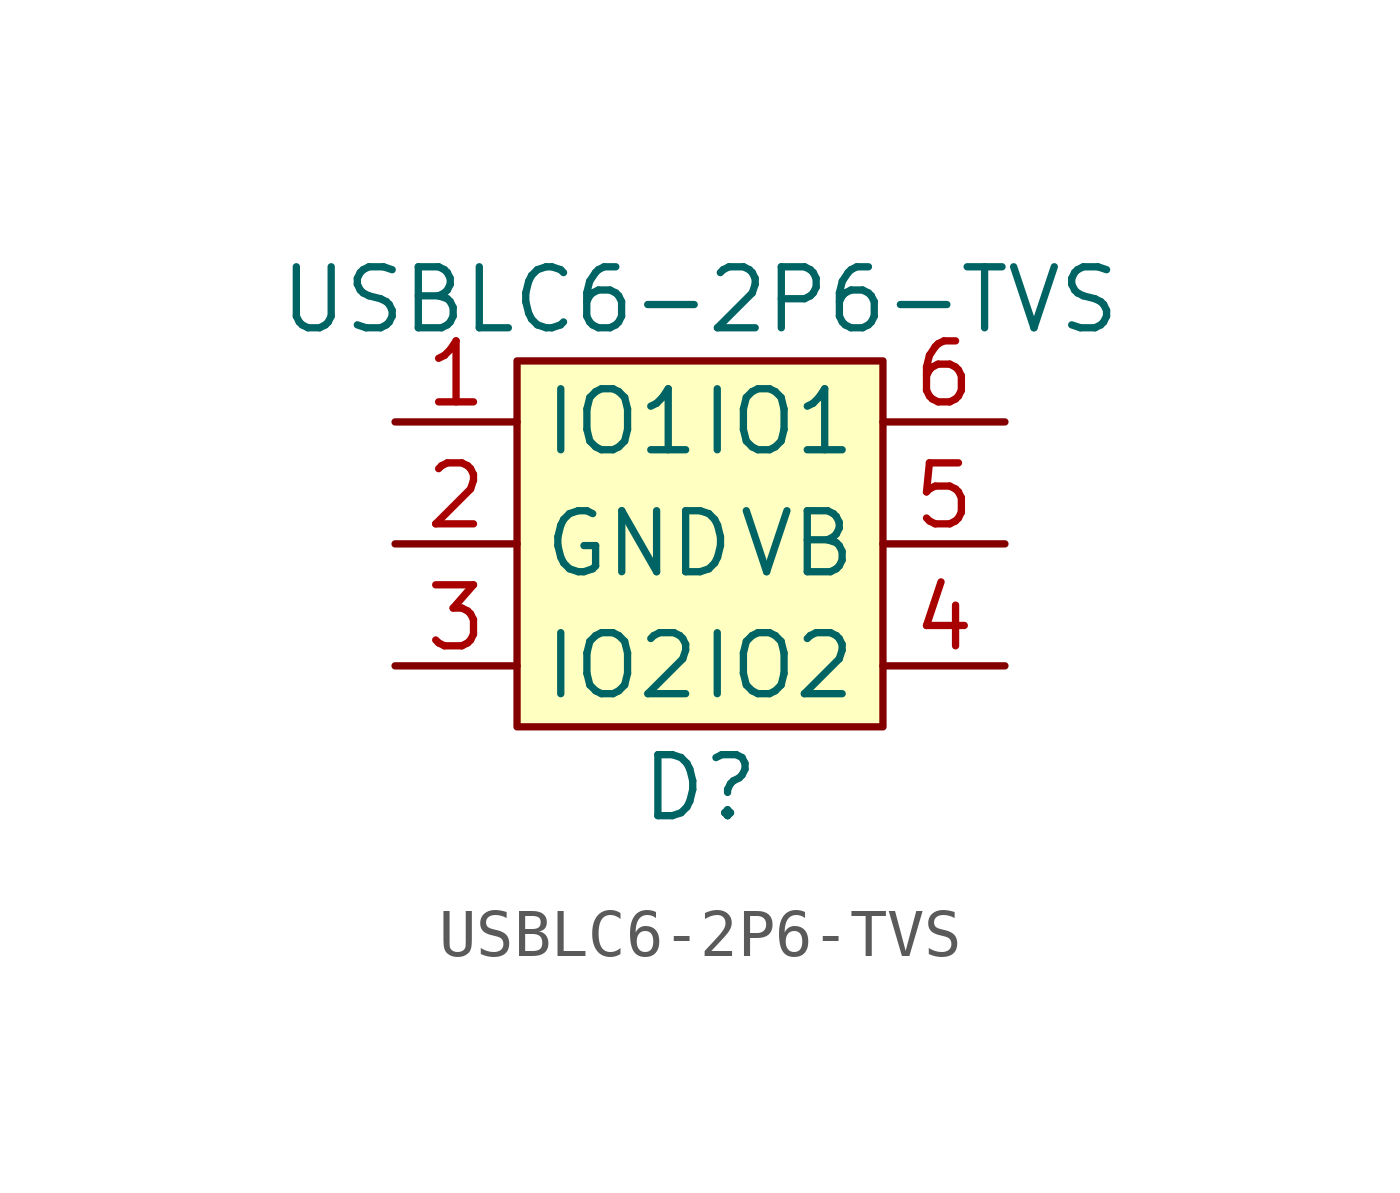
<source format=kicad_sym>
(kicad_symbol_lib
  (version 20211014)
  (generator kicad_symbol_editor)
  (symbol "USBLC6-2P6-TVS"
    (property "Reference" "D"
      (at 0 -5.08 0)
      (effects (font (size 1.27 1.27))))
    (property "Value" "USBLC6-2P6-TVS"
      (at 0 5.08 0)
      (effects (font (size 1.27 1.27))))
    (symbol "USBLC6-2P6-TVS_0_1"
      (rectangle (start -3.81 3.81) (end 3.81 -3.81) (stroke (width 0) (type default) (color 0 0 0 0)) (fill (type background))))
    (symbol "USBLC6-2P6-TVS_1_1"
      (pin bidirectional line (at -6.35 2.54 0) (length 2.54) (name "IO1" (effects (font (size 1.27 1.27)))) (number "1" (effects (font (size 1.27 1.27)))))
      (pin bidirectional line (at -6.35 0 0) (length 2.54) (name "GND" (effects (font (size 1.27 1.27)))) (number "2" (effects (font (size 1.27 1.27)))))
      (pin bidirectional line (at -6.35 -2.54 0) (length 2.54) (name "IO2" (effects (font (size 1.27 1.27)))) (number "3" (effects (font (size 1.27 1.27)))))
      (pin bidirectional line (at 6.35 -2.54 180) (length 2.54) (name "IO2" (effects (font (size 1.27 1.27)))) (number "4" (effects (font (size 1.27 1.27)))))
      (pin bidirectional line (at 6.35 0 180) (length 2.54) (name "VB" (effects (font (size 1.27 1.27)))) (number "5" (effects (font (size 1.27 1.27)))))
      (pin bidirectional line (at 6.35 2.54 180) (length 2.54) (name "IO1" (effects (font (size 1.27 1.27)))) (number "6" (effects (font (size 1.27 1.27))))))))
</source>
